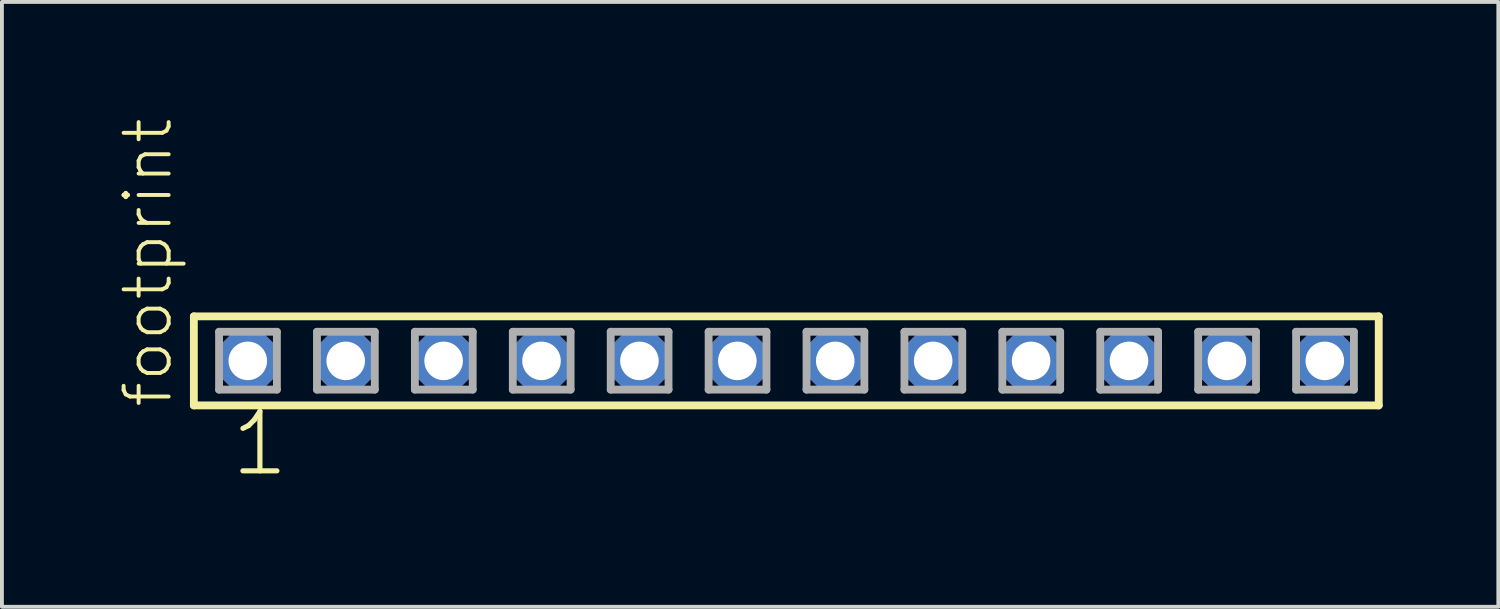
<source format=kicad_pcb>
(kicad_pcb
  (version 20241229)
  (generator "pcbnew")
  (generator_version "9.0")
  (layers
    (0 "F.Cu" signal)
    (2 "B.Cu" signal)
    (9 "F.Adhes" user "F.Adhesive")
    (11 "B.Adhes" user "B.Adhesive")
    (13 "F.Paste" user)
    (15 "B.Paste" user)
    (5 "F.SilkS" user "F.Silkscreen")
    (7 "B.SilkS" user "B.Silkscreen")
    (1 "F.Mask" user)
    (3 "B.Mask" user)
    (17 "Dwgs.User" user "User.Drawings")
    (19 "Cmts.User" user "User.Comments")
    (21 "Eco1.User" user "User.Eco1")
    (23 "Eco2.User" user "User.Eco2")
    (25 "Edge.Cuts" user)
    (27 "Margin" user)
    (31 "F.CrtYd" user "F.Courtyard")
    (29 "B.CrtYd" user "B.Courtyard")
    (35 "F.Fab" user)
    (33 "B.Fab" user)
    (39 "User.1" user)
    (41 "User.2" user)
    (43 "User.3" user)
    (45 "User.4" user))
  (footprint "footprint"
    (layer "F.Cu")
    (at 17.348 6.312)
    (property "Reference" "footprint" (at -15.875 1.27 90) (layer "F.SilkS") (effects (font (size 1.168 1.168) (thickness 0.102)) (justify left bottom)))
    (fp_line (start -15.369 -1.155) (end 15.369 -1.155) (stroke (width 0.203) (type solid)) (layer "F.SilkS"))
    (fp_line (start -15.369 1.155) (end -15.369 -1.155) (stroke (width 0.203) (type solid)) (layer "F.SilkS"))
    (fp_line (start 15.369 -1.155) (end 15.369 1.155) (stroke (width 0.203) (type solid)) (layer "F.SilkS"))
    (fp_line (start 15.369 1.155) (end -15.369 1.155) (stroke (width 0.203) (type solid)) (layer "F.SilkS"))
    (fp_line (start -14.715 -0.755) (end -13.215 -0.755) (stroke (width 0.203) (type solid)) (layer "F.Fab"))
    (fp_line (start -14.715 0.745) (end -14.715 -0.755) (stroke (width 0.203) (type solid)) (layer "F.Fab"))
    (fp_line (start -13.215 -0.755) (end -13.215 0.745) (stroke (width 0.203) (type solid)) (layer "F.Fab"))
    (fp_line (start -13.215 0.745) (end -14.715 0.745) (stroke (width 0.203) (type solid)) (layer "F.Fab"))
    (fp_line (start -12.175 -0.755) (end -10.675 -0.755) (stroke (width 0.203) (type solid)) (layer "F.Fab"))
    (fp_line (start -12.175 0.745) (end -12.175 -0.755) (stroke (width 0.203) (type solid)) (layer "F.Fab"))
    (fp_line (start -10.675 -0.755) (end -10.675 0.745) (stroke (width 0.203) (type solid)) (layer "F.Fab"))
    (fp_line (start -10.675 0.745) (end -12.175 0.745) (stroke (width 0.203) (type solid)) (layer "F.Fab"))
    (fp_line (start -9.635 -0.755) (end -8.135 -0.755) (stroke (width 0.203) (type solid)) (layer "F.Fab"))
    (fp_line (start -9.635 0.745) (end -9.635 -0.755) (stroke (width 0.203) (type solid)) (layer "F.Fab"))
    (fp_line (start -8.135 -0.755) (end -8.135 0.745) (stroke (width 0.203) (type solid)) (layer "F.Fab"))
    (fp_line (start -8.135 0.745) (end -9.635 0.745) (stroke (width 0.203) (type solid)) (layer "F.Fab"))
    (fp_line (start -7.095 -0.755) (end -5.595 -0.755) (stroke (width 0.203) (type solid)) (layer "F.Fab"))
    (fp_line (start -7.095 0.745) (end -7.095 -0.755) (stroke (width 0.203) (type solid)) (layer "F.Fab"))
    (fp_line (start -5.595 -0.755) (end -5.595 0.745) (stroke (width 0.203) (type solid)) (layer "F.Fab"))
    (fp_line (start -5.595 0.745) (end -7.095 0.745) (stroke (width 0.203) (type solid)) (layer "F.Fab"))
    (fp_line (start -4.555 -0.755) (end -3.055 -0.755) (stroke (width 0.203) (type solid)) (layer "F.Fab"))
    (fp_line (start -4.555 0.745) (end -4.555 -0.755) (stroke (width 0.203) (type solid)) (layer "F.Fab"))
    (fp_line (start -3.055 -0.755) (end -3.055 0.745) (stroke (width 0.203) (type solid)) (layer "F.Fab"))
    (fp_line (start -3.055 0.745) (end -4.555 0.745) (stroke (width 0.203) (type solid)) (layer "F.Fab"))
    (fp_line (start -2.015 -0.755) (end -0.515 -0.755) (stroke (width 0.203) (type solid)) (layer "F.Fab"))
    (fp_line (start -2.015 0.745) (end -2.015 -0.755) (stroke (width 0.203) (type solid)) (layer "F.Fab"))
    (fp_line (start -0.515 -0.755) (end -0.515 0.745) (stroke (width 0.203) (type solid)) (layer "F.Fab"))
    (fp_line (start -0.515 0.745) (end -2.015 0.745) (stroke (width 0.203) (type solid)) (layer "F.Fab"))
    (fp_line (start 0.525 -0.755) (end 2.025 -0.755) (stroke (width 0.203) (type solid)) (layer "F.Fab"))
    (fp_line (start 0.525 0.745) (end 0.525 -0.755) (stroke (width 0.203) (type solid)) (layer "F.Fab"))
    (fp_line (start 2.025 -0.755) (end 2.025 0.745) (stroke (width 0.203) (type solid)) (layer "F.Fab"))
    (fp_line (start 2.025 0.745) (end 0.525 0.745) (stroke (width 0.203) (type solid)) (layer "F.Fab"))
    (fp_line (start 3.065 -0.755) (end 4.565 -0.755) (stroke (width 0.203) (type solid)) (layer "F.Fab"))
    (fp_line (start 3.065 0.745) (end 3.065 -0.755) (stroke (width 0.203) (type solid)) (layer "F.Fab"))
    (fp_line (start 4.565 -0.755) (end 4.565 0.745) (stroke (width 0.203) (type solid)) (layer "F.Fab"))
    (fp_line (start 4.565 0.745) (end 3.065 0.745) (stroke (width 0.203) (type solid)) (layer "F.Fab"))
    (fp_line (start 5.605 -0.755) (end 7.105 -0.755) (stroke (width 0.203) (type solid)) (layer "F.Fab"))
    (fp_line (start 5.605 0.745) (end 5.605 -0.755) (stroke (width 0.203) (type solid)) (layer "F.Fab"))
    (fp_line (start 7.105 -0.755) (end 7.105 0.745) (stroke (width 0.203) (type solid)) (layer "F.Fab"))
    (fp_line (start 7.105 0.745) (end 5.605 0.745) (stroke (width 0.203) (type solid)) (layer "F.Fab"))
    (fp_line (start 8.145 -0.755) (end 9.645 -0.755) (stroke (width 0.203) (type solid)) (layer "F.Fab"))
    (fp_line (start 8.145 0.745) (end 8.145 -0.755) (stroke (width 0.203) (type solid)) (layer "F.Fab"))
    (fp_line (start 9.645 -0.755) (end 9.645 0.745) (stroke (width 0.203) (type solid)) (layer "F.Fab"))
    (fp_line (start 9.645 0.745) (end 8.145 0.745) (stroke (width 0.203) (type solid)) (layer "F.Fab"))
    (fp_line (start 10.685 -0.755) (end 12.185 -0.755) (stroke (width 0.203) (type solid)) (layer "F.Fab"))
    (fp_line (start 10.685 0.745) (end 10.685 -0.755) (stroke (width 0.203) (type solid)) (layer "F.Fab"))
    (fp_line (start 12.185 -0.755) (end 12.185 0.745) (stroke (width 0.203) (type solid)) (layer "F.Fab"))
    (fp_line (start 12.185 0.745) (end 10.685 0.745) (stroke (width 0.203) (type solid)) (layer "F.Fab"))
    (fp_line (start 13.225 -0.755) (end 14.725 -0.755) (stroke (width 0.203) (type solid)) (layer "F.Fab"))
    (fp_line (start 13.225 0.745) (end 13.225 -0.755) (stroke (width 0.203) (type solid)) (layer "F.Fab"))
    (fp_line (start 14.725 -0.755) (end 14.725 0.745) (stroke (width 0.203) (type solid)) (layer "F.Fab"))
    (fp_line (start 14.725 0.745) (end 13.225 0.745) (stroke (width 0.203) (type solid)) (layer "F.Fab"))
    (fp_text user "1" (at -14.478 3.048 0) (layer "F.SilkS") (effects (font (size 1.542 1.542) (thickness 0.134)) (justify left bottom)))
    (pad "1" thru_hole roundrect (at -13.97 0) (size 1.5 1.5) (drill 1) (layers "*.Cu" "*.Mask") (roundrect_rratio 0.25) (chamfer_ratio 0.25) (chamfer top_left top_right bottom_left bottom_right))
    (pad "2" thru_hole roundrect (at -11.43 0) (size 1.5 1.5) (drill 1) (layers "*.Cu" "*.Mask") (roundrect_rratio 0.25) (chamfer_ratio 0.25) (chamfer top_left top_right bottom_left bottom_right))
    (pad "3" thru_hole roundrect (at -8.89 0) (size 1.5 1.5) (drill 1) (layers "*.Cu" "*.Mask") (roundrect_rratio 0.25) (chamfer_ratio 0.25) (chamfer top_left top_right bottom_left bottom_right))
    (pad "4" thru_hole roundrect (at -6.35 0) (size 1.5 1.5) (drill 1) (layers "*.Cu" "*.Mask") (roundrect_rratio 0.25) (chamfer_ratio 0.25) (chamfer top_left top_right bottom_left bottom_right))
    (pad "5" thru_hole roundrect (at -3.81 0) (size 1.5 1.5) (drill 1) (layers "*.Cu" "*.Mask") (roundrect_rratio 0.25) (chamfer_ratio 0.25) (chamfer top_left top_right bottom_left bottom_right))
    (pad "6" thru_hole roundrect (at -1.27 0) (size 1.5 1.5) (drill 1) (layers "*.Cu" "*.Mask") (roundrect_rratio 0.25) (chamfer_ratio 0.25) (chamfer top_left top_right bottom_left bottom_right))
    (pad "7" thru_hole roundrect (at 1.27 0) (size 1.5 1.5) (drill 1) (layers "*.Cu" "*.Mask") (roundrect_rratio 0.25) (chamfer_ratio 0.25) (chamfer top_left top_right bottom_left bottom_right))
    (pad "8" thru_hole roundrect (at 3.81 0) (size 1.5 1.5) (drill 1) (layers "*.Cu" "*.Mask") (roundrect_rratio 0.25) (chamfer_ratio 0.25) (chamfer top_left top_right bottom_left bottom_right))
    (pad "9" thru_hole roundrect (at 6.35 0) (size 1.5 1.5) (drill 1) (layers "*.Cu" "*.Mask") (roundrect_rratio 0.25) (chamfer_ratio 0.25) (chamfer top_left top_right bottom_left bottom_right))
    (pad "10" thru_hole roundrect (at 8.89 0) (size 1.5 1.5) (drill 1) (layers "*.Cu" "*.Mask") (roundrect_rratio 0.25) (chamfer_ratio 0.25) (chamfer top_left top_right bottom_left bottom_right))
    (pad "11" thru_hole roundrect (at 11.43 0) (size 1.5 1.5) (drill 1) (layers "*.Cu" "*.Mask") (roundrect_rratio 0.25) (chamfer_ratio 0.25) (chamfer top_left top_right bottom_left bottom_right))
    (pad "12" thru_hole roundrect (at 13.97 0) (size 1.5 1.5) (drill 1) (layers "*.Cu" "*.Mask") (roundrect_rratio 0.25) (chamfer_ratio 0.25) (chamfer top_left top_right bottom_left bottom_right)))
  (gr_rect
    (start -3 -3)
    (end 35.819 12.691)
    (stroke (width 0.1) (type default))
    (fill no)
    (layer "Edge.Cuts")))
</source>
